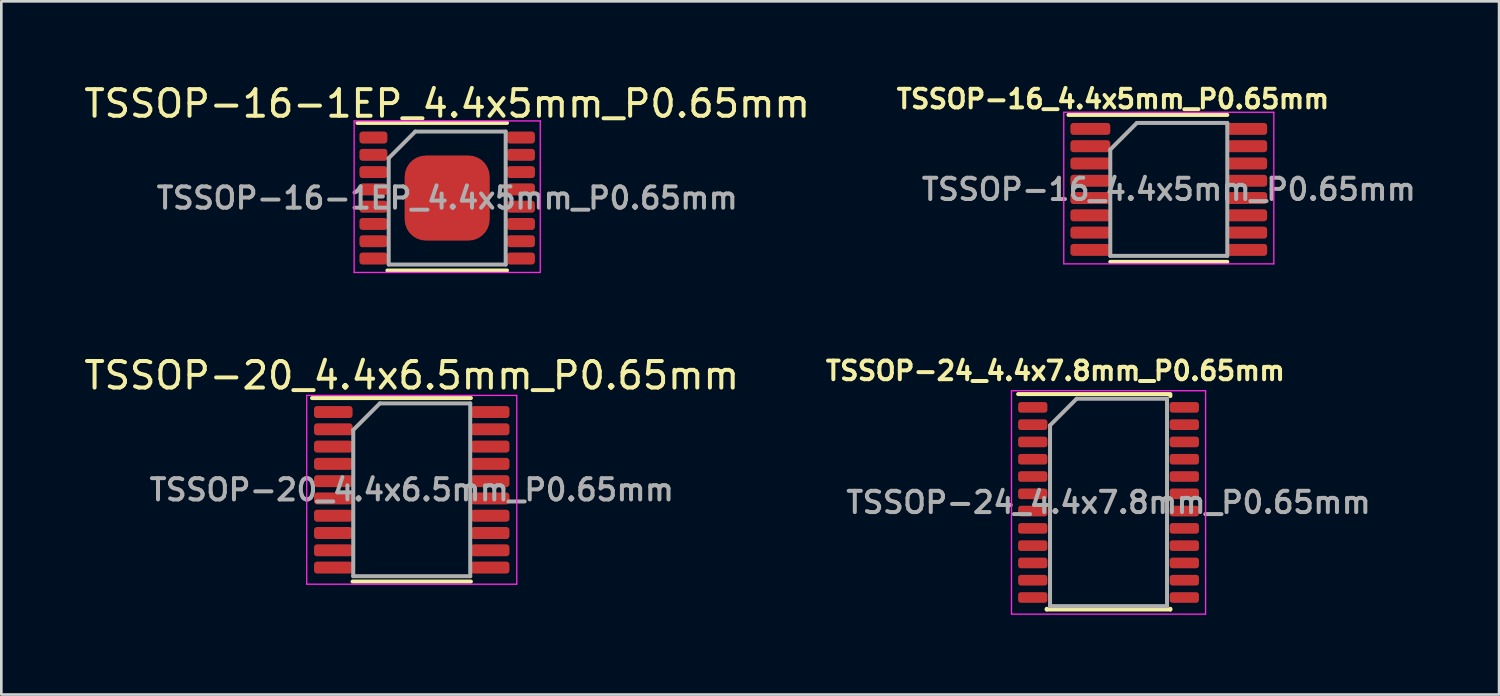
<source format=kicad_pcb>
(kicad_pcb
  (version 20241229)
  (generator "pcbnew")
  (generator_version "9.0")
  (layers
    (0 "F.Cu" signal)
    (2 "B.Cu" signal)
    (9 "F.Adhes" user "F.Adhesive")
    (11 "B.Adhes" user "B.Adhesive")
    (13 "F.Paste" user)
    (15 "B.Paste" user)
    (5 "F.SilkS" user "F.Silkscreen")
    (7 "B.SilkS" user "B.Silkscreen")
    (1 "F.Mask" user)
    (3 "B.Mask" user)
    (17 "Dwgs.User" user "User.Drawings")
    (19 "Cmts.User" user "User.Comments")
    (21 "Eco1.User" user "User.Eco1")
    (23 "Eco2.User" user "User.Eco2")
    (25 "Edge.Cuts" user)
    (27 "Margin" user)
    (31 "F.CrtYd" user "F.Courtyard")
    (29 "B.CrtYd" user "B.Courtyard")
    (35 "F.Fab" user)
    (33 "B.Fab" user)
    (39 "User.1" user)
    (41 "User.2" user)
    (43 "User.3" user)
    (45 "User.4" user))
  (footprint "TSSOP-16-1EP_4.4x5mm_P0.65mm"
    (layer "F.Cu")
    (at 13.768 4.398)
    (property "Reference" "TSSOP-16-1EP_4.4x5mm_P0.65mm" (at 0 -3.55 0) (layer "F.SilkS") (effects (font (size 1 1) (thickness 0.15))))
    (attr smd)
    (fp_line (start -3.375 -2.825) (end 2.25 -2.825) (stroke (width 0.15) (type solid)) (layer "F.SilkS"))
    (fp_line (start -2.25 2.725) (end 2.25 2.725) (stroke (width 0.15) (type solid)) (layer "F.SilkS"))
    (fp_line (start -3.5 -2.9) (end -3.5 2.8) (stroke (width 0.05) (type solid)) (layer "F.CrtYd"))
    (fp_line (start -3.5 -2.9) (end 3.5 -2.9) (stroke (width 0.05) (type solid)) (layer "F.CrtYd"))
    (fp_line (start -3.5 2.8) (end 3.5 2.8) (stroke (width 0.05) (type solid)) (layer "F.CrtYd"))
    (fp_line (start 3.5 -2.9) (end 3.5 2.8) (stroke (width 0.05) (type solid)) (layer "F.CrtYd"))
    (fp_line (start -2.2 -1.5) (end -1.2 -2.5) (stroke (width 0.15) (type solid)) (layer "F.Fab"))
    (fp_line (start -2.2 2.5) (end -2.2 -1.5) (stroke (width 0.15) (type solid)) (layer "F.Fab"))
    (fp_line (start -1.2 -2.5) (end 2.2 -2.5) (stroke (width 0.15) (type solid)) (layer "F.Fab"))
    (fp_line (start 2.2 -2.5) (end 2.2 2.5) (stroke (width 0.15) (type solid)) (layer "F.Fab"))
    (fp_line (start 2.2 2.5) (end -2.2 2.5) (stroke (width 0.15) (type solid)) (layer "F.Fab"))
    (fp_text user "${REFERENCE}" (at 0 0 0) (layer "F.Fab") (effects (font (size 0.8 0.8) (thickness 0.15))))
    (pad "1" smd roundrect (at -2.775 -2.275) (size 1.05 0.45) (layers "F.Cu" "F.Mask" "F.Paste") (roundrect_rratio 0.25))
    (pad "2" smd roundrect (at -2.775 -1.625) (size 1.05 0.45) (layers "F.Cu" "F.Mask" "F.Paste") (roundrect_rratio 0.25))
    (pad "3" smd roundrect (at -2.775 -0.975) (size 1.05 0.45) (layers "F.Cu" "F.Mask" "F.Paste") (roundrect_rratio 0.25))
    (pad "4" smd roundrect (at -2.775 -0.325) (size 1.05 0.45) (layers "F.Cu" "F.Mask" "F.Paste") (roundrect_rratio 0.25))
    (pad "5" smd roundrect (at -2.775 0.325) (size 1.05 0.45) (layers "F.Cu" "F.Mask" "F.Paste") (roundrect_rratio 0.25))
    (pad "6" smd roundrect (at -2.775 0.975) (size 1.05 0.45) (layers "F.Cu" "F.Mask" "F.Paste") (roundrect_rratio 0.25))
    (pad "7" smd roundrect (at -2.775 1.625) (size 1.05 0.45) (layers "F.Cu" "F.Mask" "F.Paste") (roundrect_rratio 0.25))
    (pad "8" smd roundrect (at -2.775 2.275) (size 1.05 0.45) (layers "F.Cu" "F.Mask" "F.Paste") (roundrect_rratio 0.25))
    (pad "9" smd roundrect (at 2.775 2.275) (size 1.05 0.45) (layers "F.Cu" "F.Mask" "F.Paste") (roundrect_rratio 0.25))
    (pad "10" smd roundrect (at 2.775 1.625) (size 1.05 0.45) (layers "F.Cu" "F.Mask" "F.Paste") (roundrect_rratio 0.25))
    (pad "11" smd roundrect (at 2.775 0.975) (size 1.05 0.45) (layers "F.Cu" "F.Mask" "F.Paste") (roundrect_rratio 0.25))
    (pad "12" smd roundrect (at 2.775 0.325) (size 1.05 0.45) (layers "F.Cu" "F.Mask" "F.Paste") (roundrect_rratio 0.25))
    (pad "13" smd roundrect (at 2.775 -0.325) (size 1.05 0.45) (layers "F.Cu" "F.Mask" "F.Paste") (roundrect_rratio 0.25))
    (pad "14" smd roundrect (at 2.775 -0.975) (size 1.05 0.45) (layers "F.Cu" "F.Mask" "F.Paste") (roundrect_rratio 0.25))
    (pad "15" smd roundrect (at 2.775 -1.625) (size 1.05 0.45) (layers "F.Cu" "F.Mask" "F.Paste") (roundrect_rratio 0.25))
    (pad "16" smd roundrect (at 2.775 -2.275) (size 1.05 0.45) (layers "F.Cu" "F.Mask" "F.Paste") (roundrect_rratio 0.25))
    (pad "17" smd roundrect (at 0 0) (size 3.2 3.2) (layers "F.Cu" "F.Mask" "F.Paste") (roundrect_rratio 0.25)))
  (footprint "TSSOP-20_4.4x6.5mm_P0.65mm"
    (layer "F.Cu")
    (at 12.435 15.371)
    (property "Reference" "TSSOP-20_4.4x6.5mm_P0.65mm" (at 0 -4.3 0) (layer "F.SilkS") (effects (font (size 1 1) (thickness 0.15))))
    (attr smd)
    (fp_line (start -3.75 -3.45) (end 2.225 -3.45) (stroke (width 0.15) (type solid)) (layer "F.SilkS"))
    (fp_line (start -2.225 3.45) (end 2.225 3.45) (stroke (width 0.15) (type solid)) (layer "F.SilkS"))
    (fp_line (start -3.95 -3.55) (end -3.95 3.55) (stroke (width 0.05) (type solid)) (layer "F.CrtYd"))
    (fp_line (start -3.95 -3.55) (end 3.95 -3.55) (stroke (width 0.05) (type solid)) (layer "F.CrtYd"))
    (fp_line (start -3.95 3.55) (end 3.95 3.55) (stroke (width 0.05) (type solid)) (layer "F.CrtYd"))
    (fp_line (start 3.95 -3.55) (end 3.95 3.55) (stroke (width 0.05) (type solid)) (layer "F.CrtYd"))
    (fp_line (start -2.2 -2.25) (end -1.2 -3.25) (stroke (width 0.15) (type solid)) (layer "F.Fab"))
    (fp_line (start -2.2 3.25) (end -2.2 -2.25) (stroke (width 0.15) (type solid)) (layer "F.Fab"))
    (fp_line (start -1.2 -3.25) (end 2.2 -3.25) (stroke (width 0.15) (type solid)) (layer "F.Fab"))
    (fp_line (start 2.2 -3.25) (end 2.2 3.25) (stroke (width 0.15) (type solid)) (layer "F.Fab"))
    (fp_line (start 2.2 3.25) (end -2.2 3.25) (stroke (width 0.15) (type solid)) (layer "F.Fab"))
    (fp_text user "${REFERENCE}" (at 0 0 0) (layer "F.Fab") (effects (font (size 0.8 0.8) (thickness 0.15))))
    (pad "1" smd roundrect (at -2.95 -2.925) (size 1.45 0.45) (layers "F.Cu" "F.Mask" "F.Paste") (roundrect_rratio 0.25))
    (pad "2" smd roundrect (at -2.95 -2.275) (size 1.45 0.45) (layers "F.Cu" "F.Mask" "F.Paste") (roundrect_rratio 0.25))
    (pad "3" smd roundrect (at -2.95 -1.625) (size 1.45 0.45) (layers "F.Cu" "F.Mask" "F.Paste") (roundrect_rratio 0.25))
    (pad "4" smd roundrect (at -2.95 -0.975) (size 1.45 0.45) (layers "F.Cu" "F.Mask" "F.Paste") (roundrect_rratio 0.25))
    (pad "5" smd roundrect (at -2.95 -0.325) (size 1.45 0.45) (layers "F.Cu" "F.Mask" "F.Paste") (roundrect_rratio 0.25))
    (pad "6" smd roundrect (at -2.95 0.325) (size 1.45 0.45) (layers "F.Cu" "F.Mask" "F.Paste") (roundrect_rratio 0.25))
    (pad "7" smd roundrect (at -2.95 0.975) (size 1.45 0.45) (layers "F.Cu" "F.Mask" "F.Paste") (roundrect_rratio 0.25))
    (pad "8" smd roundrect (at -2.95 1.625) (size 1.45 0.45) (layers "F.Cu" "F.Mask" "F.Paste") (roundrect_rratio 0.25))
    (pad "9" smd roundrect (at -2.95 2.275) (size 1.45 0.45) (layers "F.Cu" "F.Mask" "F.Paste") (roundrect_rratio 0.25))
    (pad "10" smd roundrect (at -2.95 2.925) (size 1.45 0.45) (layers "F.Cu" "F.Mask" "F.Paste") (roundrect_rratio 0.25))
    (pad "11" smd roundrect (at 2.95 2.925) (size 1.45 0.45) (layers "F.Cu" "F.Mask" "F.Paste") (roundrect_rratio 0.25))
    (pad "12" smd roundrect (at 2.95 2.275) (size 1.45 0.45) (layers "F.Cu" "F.Mask" "F.Paste") (roundrect_rratio 0.25))
    (pad "13" smd roundrect (at 2.95 1.625) (size 1.45 0.45) (layers "F.Cu" "F.Mask" "F.Paste") (roundrect_rratio 0.25))
    (pad "14" smd roundrect (at 2.95 0.975) (size 1.45 0.45) (layers "F.Cu" "F.Mask" "F.Paste") (roundrect_rratio 0.25))
    (pad "15" smd roundrect (at 2.95 0.325) (size 1.45 0.45) (layers "F.Cu" "F.Mask" "F.Paste") (roundrect_rratio 0.25))
    (pad "16" smd roundrect (at 2.95 -0.325) (size 1.45 0.45) (layers "F.Cu" "F.Mask" "F.Paste") (roundrect_rratio 0.25))
    (pad "17" smd roundrect (at 2.95 -0.975) (size 1.45 0.45) (layers "F.Cu" "F.Mask" "F.Paste") (roundrect_rratio 0.25))
    (pad "18" smd roundrect (at 2.95 -1.625) (size 1.45 0.45) (layers "F.Cu" "F.Mask" "F.Paste") (roundrect_rratio 0.25))
    (pad "19" smd roundrect (at 2.95 -2.275) (size 1.45 0.45) (layers "F.Cu" "F.Mask" "F.Paste") (roundrect_rratio 0.25))
    (pad "20" smd roundrect (at 2.95 -2.925) (size 1.45 0.45) (layers "F.Cu" "F.Mask" "F.Paste") (roundrect_rratio 0.25)))
  (footprint "TSSOP-16_4.4x5mm_P0.65mm"
    (layer "F.Cu")
    (at 40.907 4.073)
    (property "Reference" "TSSOP-16_4.4x5mm_P0.65mm" (at -2.1 -3.4 0) (layer "F.SilkS") (effects (font (size 0.7 0.7) (thickness 0.15))))
    (attr smd)
    (fp_line (start -3.775 -2.8) (end 2.2 -2.8) (stroke (width 0.15) (type solid)) (layer "F.SilkS"))
    (fp_line (start -2.2 2.725) (end 2.2 2.725) (stroke (width 0.15) (type solid)) (layer "F.SilkS"))
    (fp_line (start -3.95 -2.9) (end -3.95 2.8) (stroke (width 0.05) (type solid)) (layer "F.CrtYd"))
    (fp_line (start -3.95 -2.9) (end 3.95 -2.9) (stroke (width 0.05) (type solid)) (layer "F.CrtYd"))
    (fp_line (start -3.95 2.8) (end 3.95 2.8) (stroke (width 0.05) (type solid)) (layer "F.CrtYd"))
    (fp_line (start 3.95 -2.9) (end 3.95 2.8) (stroke (width 0.05) (type solid)) (layer "F.CrtYd"))
    (fp_line (start -2.2 -1.5) (end -1.2 -2.5) (stroke (width 0.15) (type solid)) (layer "F.Fab"))
    (fp_line (start -2.2 2.5) (end -2.2 -1.5) (stroke (width 0.15) (type solid)) (layer "F.Fab"))
    (fp_line (start -1.2 -2.5) (end 2.2 -2.5) (stroke (width 0.15) (type solid)) (layer "F.Fab"))
    (fp_line (start 2.2 -2.5) (end 2.2 2.5) (stroke (width 0.15) (type solid)) (layer "F.Fab"))
    (fp_line (start 2.2 2.5) (end -2.2 2.5) (stroke (width 0.15) (type solid)) (layer "F.Fab"))
    (fp_text user "${REFERENCE}" (at 0 0 0) (layer "F.Fab") (effects (font (size 0.8 0.8) (thickness 0.15))))
    (pad "1" smd roundrect (at -2.95 -2.275) (size 1.5 0.45) (layers "F.Cu" "F.Mask" "F.Paste") (roundrect_rratio 0.25))
    (pad "2" smd roundrect (at -2.95 -1.625) (size 1.5 0.45) (layers "F.Cu" "F.Mask" "F.Paste") (roundrect_rratio 0.25))
    (pad "3" smd roundrect (at -2.95 -0.975) (size 1.5 0.45) (layers "F.Cu" "F.Mask" "F.Paste") (roundrect_rratio 0.25))
    (pad "4" smd roundrect (at -2.95 -0.325) (size 1.5 0.45) (layers "F.Cu" "F.Mask" "F.Paste") (roundrect_rratio 0.25))
    (pad "5" smd roundrect (at -2.95 0.325) (size 1.5 0.45) (layers "F.Cu" "F.Mask" "F.Paste") (roundrect_rratio 0.25))
    (pad "6" smd roundrect (at -2.95 0.975) (size 1.5 0.45) (layers "F.Cu" "F.Mask" "F.Paste") (roundrect_rratio 0.25))
    (pad "7" smd roundrect (at -2.95 1.625) (size 1.5 0.45) (layers "F.Cu" "F.Mask" "F.Paste") (roundrect_rratio 0.25))
    (pad "8" smd roundrect (at -2.95 2.275) (size 1.5 0.45) (layers "F.Cu" "F.Mask" "F.Paste") (roundrect_rratio 0.25))
    (pad "9" smd roundrect (at 2.95 2.275) (size 1.5 0.45) (layers "F.Cu" "F.Mask" "F.Paste") (roundrect_rratio 0.25))
    (pad "10" smd roundrect (at 2.95 1.625) (size 1.5 0.45) (layers "F.Cu" "F.Mask" "F.Paste") (roundrect_rratio 0.25))
    (pad "11" smd roundrect (at 2.95 0.975) (size 1.5 0.45) (layers "F.Cu" "F.Mask" "F.Paste") (roundrect_rratio 0.25))
    (pad "12" smd roundrect (at 2.95 0.325) (size 1.5 0.45) (layers "F.Cu" "F.Mask" "F.Paste") (roundrect_rratio 0.25))
    (pad "13" smd roundrect (at 2.95 -0.325) (size 1.5 0.45) (layers "F.Cu" "F.Mask" "F.Paste") (roundrect_rratio 0.25))
    (pad "14" smd roundrect (at 2.95 -0.975) (size 1.5 0.45) (layers "F.Cu" "F.Mask" "F.Paste") (roundrect_rratio 0.25))
    (pad "15" smd roundrect (at 2.95 -1.625) (size 1.5 0.45) (layers "F.Cu" "F.Mask" "F.Paste") (roundrect_rratio 0.25))
    (pad "16" smd roundrect (at 2.95 -2.275) (size 1.5 0.45) (layers "F.Cu" "F.Mask" "F.Paste") (roundrect_rratio 0.25)))
  (footprint "TSSOP-24_4.4x7.8mm_P0.65mm"
    (layer "F.Cu")
    (at 38.641 15.846)
    (property "Reference" "TSSOP-24_4.4x7.8mm_P0.65mm" (at -2 -4.95 0) (layer "F.SilkS") (effects (font (size 0.7 0.7) (thickness 0.15))))
    (attr smd)
    (fp_line (start -3.4 -4.075) (end 2.325 -4.075) (stroke (width 0.15) (type solid)) (layer "F.SilkS"))
    (fp_line (start -2.325 4.025) (end -2.325 4) (stroke (width 0.15) (type solid)) (layer "F.SilkS"))
    (fp_line (start -2.325 4.025) (end 2.325 4.025) (stroke (width 0.15) (type solid)) (layer "F.SilkS"))
    (fp_line (start 2.325 -4.025) (end 2.325 -4) (stroke (width 0.15) (type solid)) (layer "F.SilkS"))
    (fp_line (start 2.325 4.025) (end 2.325 4) (stroke (width 0.15) (type solid)) (layer "F.SilkS"))
    (fp_line (start -3.65 -4.2) (end -3.65 4.2) (stroke (width 0.05) (type solid)) (layer "F.CrtYd"))
    (fp_line (start -3.65 -4.2) (end 3.65 -4.2) (stroke (width 0.05) (type solid)) (layer "F.CrtYd"))
    (fp_line (start -3.65 4.2) (end 3.65 4.2) (stroke (width 0.05) (type solid)) (layer "F.CrtYd"))
    (fp_line (start 3.65 -4.2) (end 3.65 4.2) (stroke (width 0.05) (type solid)) (layer "F.CrtYd"))
    (fp_line (start -2.2 -2.9) (end -1.2 -3.9) (stroke (width 0.15) (type solid)) (layer "F.Fab"))
    (fp_line (start -2.2 3.9) (end -2.2 -2.9) (stroke (width 0.15) (type solid)) (layer "F.Fab"))
    (fp_line (start -1.2 -3.9) (end 2.2 -3.9) (stroke (width 0.15) (type solid)) (layer "F.Fab"))
    (fp_line (start 2.2 -3.9) (end 2.2 3.9) (stroke (width 0.15) (type solid)) (layer "F.Fab"))
    (fp_line (start 2.2 3.9) (end -2.2 3.9) (stroke (width 0.15) (type solid)) (layer "F.Fab"))
    (fp_text user "${REFERENCE}" (at 0 0 0) (layer "F.Fab") (effects (font (size 0.8 0.8) (thickness 0.15))))
    (pad "1" smd roundrect (at -2.85 -3.575) (size 1.1 0.4) (layers "F.Cu" "F.Mask" "F.Paste") (roundrect_rratio 0.25))
    (pad "2" smd roundrect (at -2.85 -2.925) (size 1.1 0.4) (layers "F.Cu" "F.Mask" "F.Paste") (roundrect_rratio 0.25))
    (pad "3" smd roundrect (at -2.85 -2.275) (size 1.1 0.4) (layers "F.Cu" "F.Mask" "F.Paste") (roundrect_rratio 0.25))
    (pad "4" smd roundrect (at -2.85 -1.625) (size 1.1 0.4) (layers "F.Cu" "F.Mask" "F.Paste") (roundrect_rratio 0.25))
    (pad "5" smd roundrect (at -2.85 -0.975) (size 1.1 0.4) (layers "F.Cu" "F.Mask" "F.Paste") (roundrect_rratio 0.25))
    (pad "6" smd roundrect (at -2.85 -0.325) (size 1.1 0.4) (layers "F.Cu" "F.Mask" "F.Paste") (roundrect_rratio 0.25))
    (pad "7" smd roundrect (at -2.85 0.325) (size 1.1 0.4) (layers "F.Cu" "F.Mask" "F.Paste") (roundrect_rratio 0.25))
    (pad "8" smd roundrect (at -2.85 0.975) (size 1.1 0.4) (layers "F.Cu" "F.Mask" "F.Paste") (roundrect_rratio 0.25))
    (pad "9" smd roundrect (at -2.85 1.625) (size 1.1 0.4) (layers "F.Cu" "F.Mask" "F.Paste") (roundrect_rratio 0.25))
    (pad "10" smd roundrect (at -2.85 2.275) (size 1.1 0.4) (layers "F.Cu" "F.Mask" "F.Paste") (roundrect_rratio 0.25))
    (pad "11" smd roundrect (at -2.85 2.925) (size 1.1 0.4) (layers "F.Cu" "F.Mask" "F.Paste") (roundrect_rratio 0.25))
    (pad "12" smd roundrect (at -2.85 3.575) (size 1.1 0.4) (layers "F.Cu" "F.Mask" "F.Paste") (roundrect_rratio 0.25))
    (pad "13" smd roundrect (at 2.85 3.575) (size 1.1 0.4) (layers "F.Cu" "F.Mask" "F.Paste") (roundrect_rratio 0.25))
    (pad "14" smd roundrect (at 2.85 2.925) (size 1.1 0.4) (layers "F.Cu" "F.Mask" "F.Paste") (roundrect_rratio 0.25))
    (pad "15" smd roundrect (at 2.85 2.275) (size 1.1 0.4) (layers "F.Cu" "F.Mask" "F.Paste") (roundrect_rratio 0.25))
    (pad "16" smd roundrect (at 2.85 1.625) (size 1.1 0.4) (layers "F.Cu" "F.Mask" "F.Paste") (roundrect_rratio 0.25))
    (pad "17" smd roundrect (at 2.85 0.975) (size 1.1 0.4) (layers "F.Cu" "F.Mask" "F.Paste") (roundrect_rratio 0.25))
    (pad "18" smd roundrect (at 2.85 0.325) (size 1.1 0.4) (layers "F.Cu" "F.Mask" "F.Paste") (roundrect_rratio 0.25))
    (pad "19" smd roundrect (at 2.85 -0.325) (size 1.1 0.4) (layers "F.Cu" "F.Mask" "F.Paste") (roundrect_rratio 0.25))
    (pad "20" smd roundrect (at 2.85 -0.975) (size 1.1 0.4) (layers "F.Cu" "F.Mask" "F.Paste") (roundrect_rratio 0.25))
    (pad "21" smd roundrect (at 2.85 -1.625) (size 1.1 0.4) (layers "F.Cu" "F.Mask" "F.Paste") (roundrect_rratio 0.25))
    (pad "22" smd roundrect (at 2.85 -2.275) (size 1.1 0.4) (layers "F.Cu" "F.Mask" "F.Paste") (roundrect_rratio 0.25))
    (pad "23" smd roundrect (at 2.85 -2.925) (size 1.1 0.4) (layers "F.Cu" "F.Mask" "F.Paste") (roundrect_rratio 0.25))
    (pad "24" smd roundrect (at 2.85 -3.575) (size 1.1 0.4) (layers "F.Cu" "F.Mask" "F.Paste") (roundrect_rratio 0.25)))
  (gr_rect
    (start -3 -3)
    (end 53.329 23.071)
    (stroke (width 0.1) (type default))
    (fill no)
    (layer "Edge.Cuts")))
</source>
